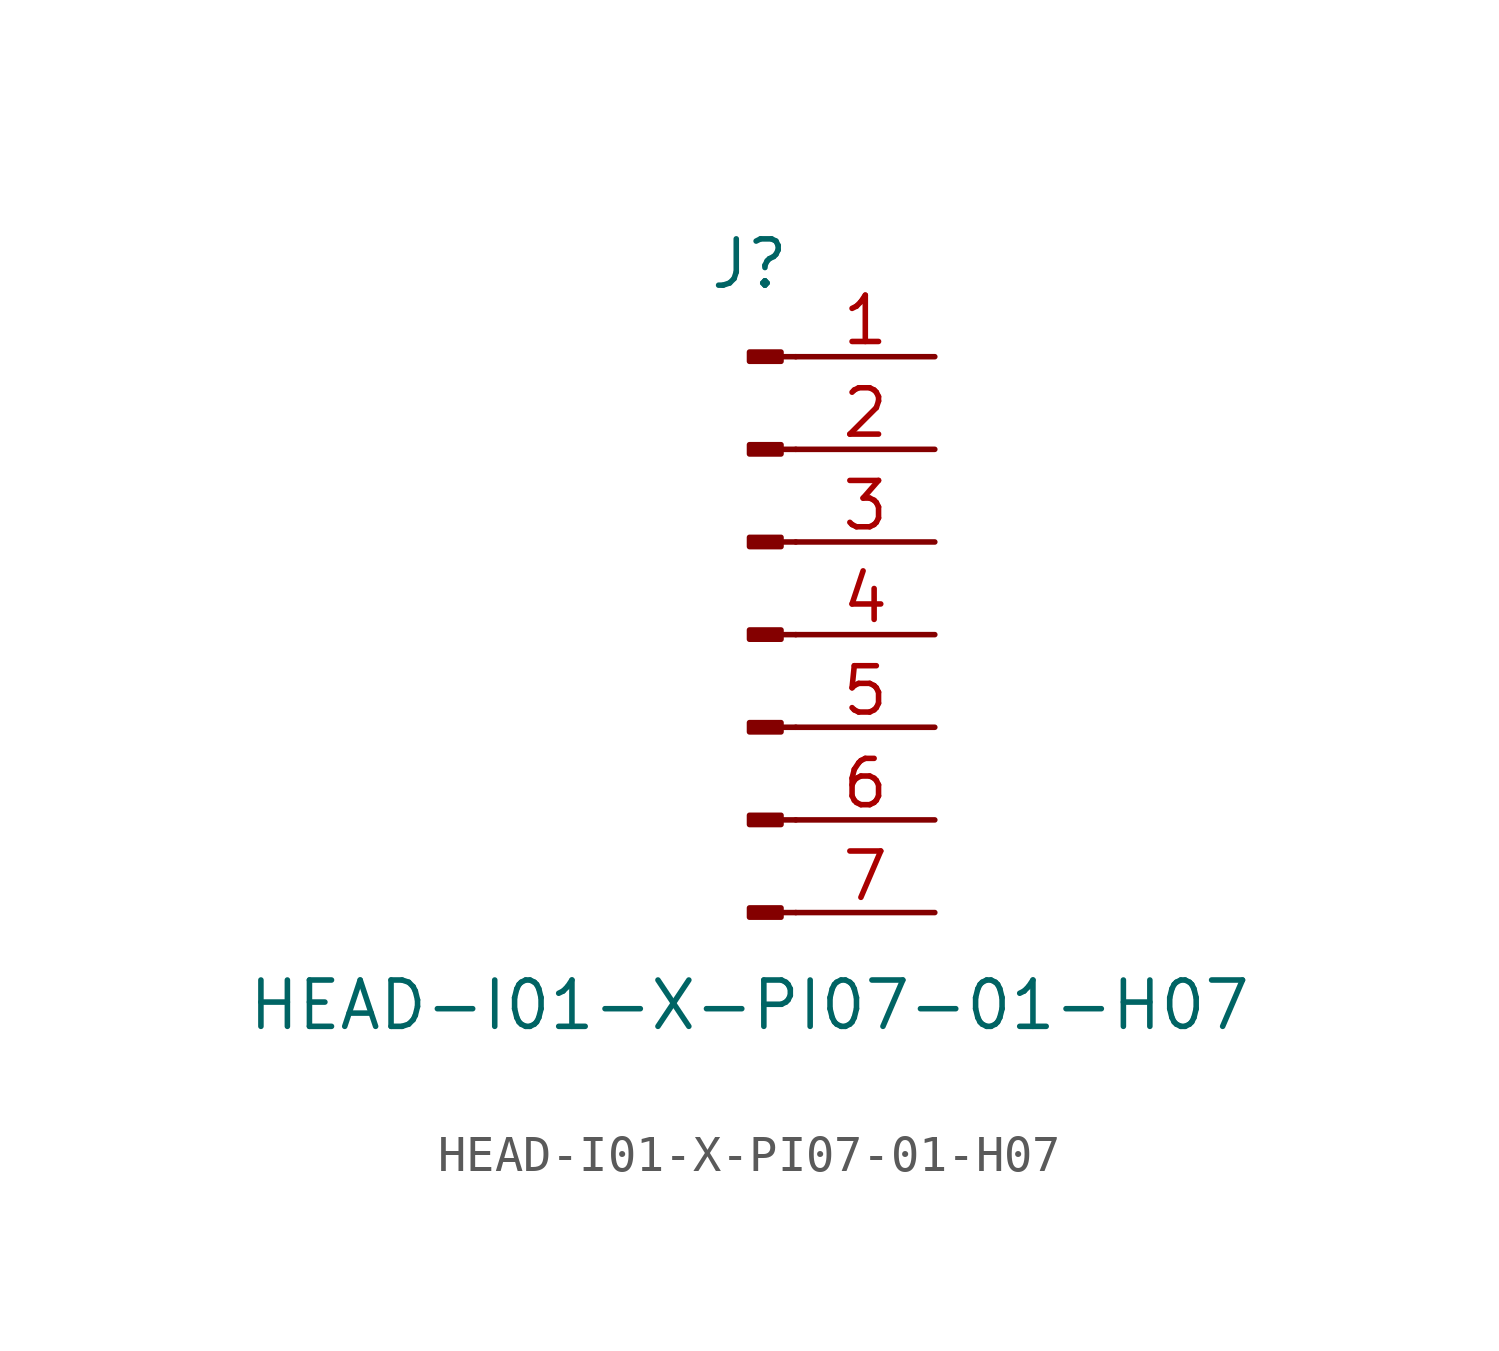
<source format=kicad_sym>
(kicad_symbol_lib
  (version 20211014)
  (generator kicad_symbol_editor)
  (symbol "HEAD-I01-X-PI07-01-H07"
    (pin_names
      (offset 1.016) hide)
    (property "Reference" "J"
      (at 0 10.16 0)
      (effects (font (size 1.27 1.27))))
    (property "Value" "HEAD-I01-X-PI07-01-H07"
      (at 0 -10.16 0)
      (effects (font (size 1.27 1.27))))
    (symbol "HEAD-I01-X-PI07-01-H07_1_1"
      (polyline (pts (xy 1.27 -7.62) (xy 0.864 -7.62)) (stroke (width 0.152) (type default) (color 0 0 0 0)) (fill (type none)))
      (polyline (pts (xy 1.27 -5.08) (xy 0.864 -5.08)) (stroke (width 0.152) (type default) (color 0 0 0 0)) (fill (type none)))
      (polyline (pts (xy 1.27 -2.54) (xy 0.864 -2.54)) (stroke (width 0.152) (type default) (color 0 0 0 0)) (fill (type none)))
      (polyline (pts (xy 1.27 0) (xy 0.864 0)) (stroke (width 0.152) (type default) (color 0 0 0 0)) (fill (type none)))
      (polyline (pts (xy 1.27 2.54) (xy 0.864 2.54)) (stroke (width 0.152) (type default) (color 0 0 0 0)) (fill (type none)))
      (polyline (pts (xy 1.27 5.08) (xy 0.864 5.08)) (stroke (width 0.152) (type default) (color 0 0 0 0)) (fill (type none)))
      (polyline (pts (xy 1.27 7.62) (xy 0.864 7.62)) (stroke (width 0.152) (type default) (color 0 0 0 0)) (fill (type none)))
      (rectangle (start 0.864 -7.493) (end 0 -7.747) (stroke (width 0.152) (type default) (color 0 0 0 0)) (fill (type outline)))
      (rectangle (start 0.864 -4.953) (end 0 -5.207) (stroke (width 0.152) (type default) (color 0 0 0 0)) (fill (type outline)))
      (rectangle (start 0.864 -2.413) (end 0 -2.667) (stroke (width 0.152) (type default) (color 0 0 0 0)) (fill (type outline)))
      (rectangle (start 0.864 0.127) (end 0 -0.127) (stroke (width 0.152) (type default) (color 0 0 0 0)) (fill (type outline)))
      (rectangle (start 0.864 2.667) (end 0 2.413) (stroke (width 0.152) (type default) (color 0 0 0 0)) (fill (type outline)))
      (rectangle (start 0.864 5.207) (end 0 4.953) (stroke (width 0.152) (type default) (color 0 0 0 0)) (fill (type outline)))
      (rectangle (start 0.864 7.747) (end 0 7.493) (stroke (width 0.152) (type default) (color 0 0 0 0)) (fill (type outline)))
      (pin passive line (at 5.08 7.62 180) (length 3.81) (name "Pin_1" (effects (font (size 1.27 1.27)))) (number "1" (effects (font (size 1.27 1.27)))))
      (pin passive line (at 5.08 5.08 180) (length 3.81) (name "Pin_2" (effects (font (size 1.27 1.27)))) (number "2" (effects (font (size 1.27 1.27)))))
      (pin passive line (at 5.08 2.54 180) (length 3.81) (name "Pin_3" (effects (font (size 1.27 1.27)))) (number "3" (effects (font (size 1.27 1.27)))))
      (pin passive line (at 5.08 0 180) (length 3.81) (name "Pin_4" (effects (font (size 1.27 1.27)))) (number "4" (effects (font (size 1.27 1.27)))))
      (pin passive line (at 5.08 -2.54 180) (length 3.81) (name "Pin_5" (effects (font (size 1.27 1.27)))) (number "5" (effects (font (size 1.27 1.27)))))
      (pin passive line (at 5.08 -5.08 180) (length 3.81) (name "Pin_6" (effects (font (size 1.27 1.27)))) (number "6" (effects (font (size 1.27 1.27)))))
      (pin passive line (at 5.08 -7.62 180) (length 3.81) (name "Pin_7" (effects (font (size 1.27 1.27)))) (number "7" (effects (font (size 1.27 1.27))))))))
</source>
